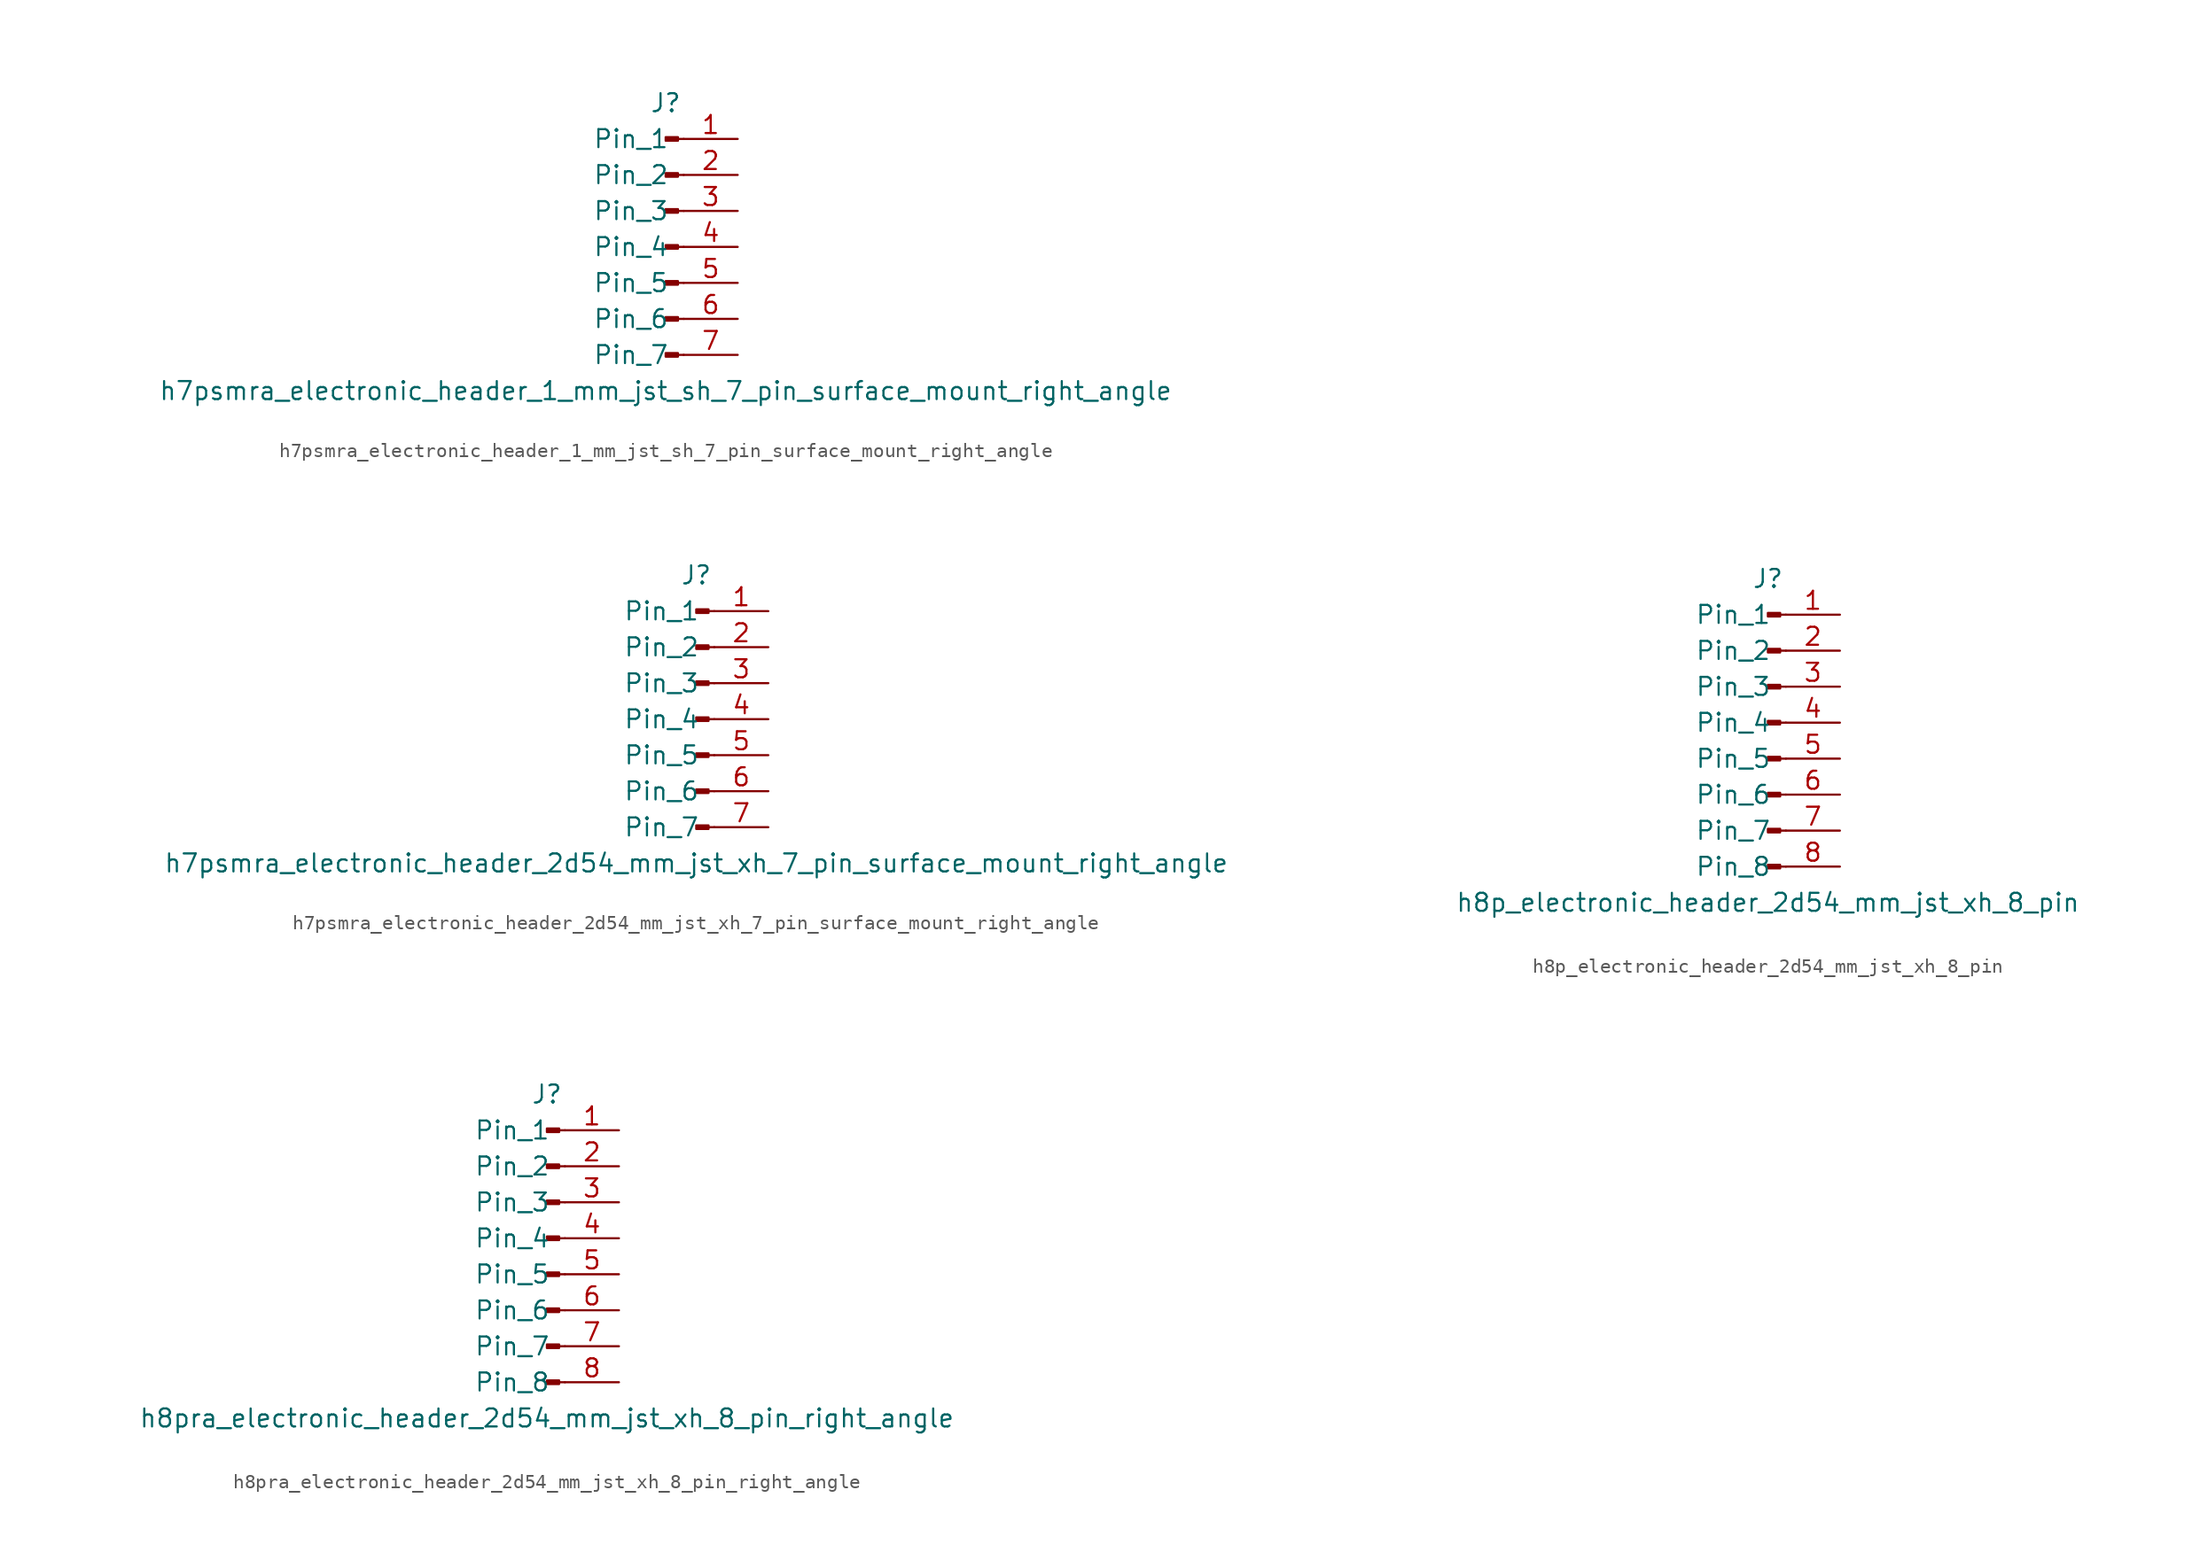
<source format=kicad_sym>
(kicad_symbol_lib
  (version 20220914)
  (generator kicad_symbol_editor)
  (symbol "h7psmra_electronic_header_1_mm_jst_sh_7_pin_surface_mount_right_angle"
    (pin_names
      (offset 1.016))
    (property "Reference" "J"
      (at 0 10.16 0)
      (effects (font (size 1.27 1.27))))
    (property "Value" "h7psmra_electronic_header_1_mm_jst_sh_7_pin_surface_mount_right_angle"
      (at 0 -10.16 0)
      (effects (font (size 1.27 1.27))))
    (property "ki_locked" ""
      (at 0 0 0)
      (effects (font (size 1.27 1.27))))
    (symbol "h7psmra_electronic_header_1_mm_jst_sh_7_pin_surface_mount_right_angle_1_1"
      (polyline (pts (xy 1.27 -7.62) (xy 0.864 -7.62)) (stroke (width 0.152) (type default)) (fill (type none)))
      (polyline (pts (xy 1.27 -5.08) (xy 0.864 -5.08)) (stroke (width 0.152) (type default)) (fill (type none)))
      (polyline (pts (xy 1.27 -2.54) (xy 0.864 -2.54)) (stroke (width 0.152) (type default)) (fill (type none)))
      (polyline (pts (xy 1.27 0) (xy 0.864 0)) (stroke (width 0.152) (type default)) (fill (type none)))
      (polyline (pts (xy 1.27 2.54) (xy 0.864 2.54)) (stroke (width 0.152) (type default)) (fill (type none)))
      (polyline (pts (xy 1.27 5.08) (xy 0.864 5.08)) (stroke (width 0.152) (type default)) (fill (type none)))
      (polyline (pts (xy 1.27 7.62) (xy 0.864 7.62)) (stroke (width 0.152) (type default)) (fill (type none)))
      (rectangle (start 0.864 -7.493) (end 0 -7.747) (stroke (width 0.152) (type default)) (fill (type outline)))
      (rectangle (start 0.864 -4.953) (end 0 -5.207) (stroke (width 0.152) (type default)) (fill (type outline)))
      (rectangle (start 0.864 -2.413) (end 0 -2.667) (stroke (width 0.152) (type default)) (fill (type outline)))
      (rectangle (start 0.864 0.127) (end 0 -0.127) (stroke (width 0.152) (type default)) (fill (type outline)))
      (rectangle (start 0.864 2.667) (end 0 2.413) (stroke (width 0.152) (type default)) (fill (type outline)))
      (rectangle (start 0.864 5.207) (end 0 4.953) (stroke (width 0.152) (type default)) (fill (type outline)))
      (rectangle (start 0.864 7.747) (end 0 7.493) (stroke (width 0.152) (type default)) (fill (type outline)))
      (pin passive line (at 5.08 7.62 180) (length 3.81) (name "Pin_1" (effects (font (size 1.27 1.27)))) (number "1" (effects (font (size 1.27 1.27)))))
      (pin passive line (at 5.08 5.08 180) (length 3.81) (name "Pin_2" (effects (font (size 1.27 1.27)))) (number "2" (effects (font (size 1.27 1.27)))))
      (pin passive line (at 5.08 2.54 180) (length 3.81) (name "Pin_3" (effects (font (size 1.27 1.27)))) (number "3" (effects (font (size 1.27 1.27)))))
      (pin passive line (at 5.08 0 180) (length 3.81) (name "Pin_4" (effects (font (size 1.27 1.27)))) (number "4" (effects (font (size 1.27 1.27)))))
      (pin passive line (at 5.08 -2.54 180) (length 3.81) (name "Pin_5" (effects (font (size 1.27 1.27)))) (number "5" (effects (font (size 1.27 1.27)))))
      (pin passive line (at 5.08 -5.08 180) (length 3.81) (name "Pin_6" (effects (font (size 1.27 1.27)))) (number "6" (effects (font (size 1.27 1.27)))))
      (pin passive line (at 5.08 -7.62 180) (length 3.81) (name "Pin_7" (effects (font (size 1.27 1.27)))) (number "7" (effects (font (size 1.27 1.27)))))))
  (symbol "h7psmra_electronic_header_2d54_mm_jst_xh_7_pin_surface_mount_right_angle"
    (pin_names
      (offset 1.016))
    (property "Reference" "J"
      (at 0 10.16 0)
      (effects (font (size 1.27 1.27))))
    (property "Value" "h7psmra_electronic_header_2d54_mm_jst_xh_7_pin_surface_mount_right_angle"
      (at 0 -10.16 0)
      (effects (font (size 1.27 1.27))))
    (property "ki_locked" ""
      (at 0 0 0)
      (effects (font (size 1.27 1.27))))
    (symbol "h7psmra_electronic_header_2d54_mm_jst_xh_7_pin_surface_mount_right_angle_1_1"
      (polyline (pts (xy 1.27 -7.62) (xy 0.864 -7.62)) (stroke (width 0.152) (type default)) (fill (type none)))
      (polyline (pts (xy 1.27 -5.08) (xy 0.864 -5.08)) (stroke (width 0.152) (type default)) (fill (type none)))
      (polyline (pts (xy 1.27 -2.54) (xy 0.864 -2.54)) (stroke (width 0.152) (type default)) (fill (type none)))
      (polyline (pts (xy 1.27 0) (xy 0.864 0)) (stroke (width 0.152) (type default)) (fill (type none)))
      (polyline (pts (xy 1.27 2.54) (xy 0.864 2.54)) (stroke (width 0.152) (type default)) (fill (type none)))
      (polyline (pts (xy 1.27 5.08) (xy 0.864 5.08)) (stroke (width 0.152) (type default)) (fill (type none)))
      (polyline (pts (xy 1.27 7.62) (xy 0.864 7.62)) (stroke (width 0.152) (type default)) (fill (type none)))
      (rectangle (start 0.864 -7.493) (end 0 -7.747) (stroke (width 0.152) (type default)) (fill (type outline)))
      (rectangle (start 0.864 -4.953) (end 0 -5.207) (stroke (width 0.152) (type default)) (fill (type outline)))
      (rectangle (start 0.864 -2.413) (end 0 -2.667) (stroke (width 0.152) (type default)) (fill (type outline)))
      (rectangle (start 0.864 0.127) (end 0 -0.127) (stroke (width 0.152) (type default)) (fill (type outline)))
      (rectangle (start 0.864 2.667) (end 0 2.413) (stroke (width 0.152) (type default)) (fill (type outline)))
      (rectangle (start 0.864 5.207) (end 0 4.953) (stroke (width 0.152) (type default)) (fill (type outline)))
      (rectangle (start 0.864 7.747) (end 0 7.493) (stroke (width 0.152) (type default)) (fill (type outline)))
      (pin passive line (at 5.08 7.62 180) (length 3.81) (name "Pin_1" (effects (font (size 1.27 1.27)))) (number "1" (effects (font (size 1.27 1.27)))))
      (pin passive line (at 5.08 5.08 180) (length 3.81) (name "Pin_2" (effects (font (size 1.27 1.27)))) (number "2" (effects (font (size 1.27 1.27)))))
      (pin passive line (at 5.08 2.54 180) (length 3.81) (name "Pin_3" (effects (font (size 1.27 1.27)))) (number "3" (effects (font (size 1.27 1.27)))))
      (pin passive line (at 5.08 0 180) (length 3.81) (name "Pin_4" (effects (font (size 1.27 1.27)))) (number "4" (effects (font (size 1.27 1.27)))))
      (pin passive line (at 5.08 -2.54 180) (length 3.81) (name "Pin_5" (effects (font (size 1.27 1.27)))) (number "5" (effects (font (size 1.27 1.27)))))
      (pin passive line (at 5.08 -5.08 180) (length 3.81) (name "Pin_6" (effects (font (size 1.27 1.27)))) (number "6" (effects (font (size 1.27 1.27)))))
      (pin passive line (at 5.08 -7.62 180) (length 3.81) (name "Pin_7" (effects (font (size 1.27 1.27)))) (number "7" (effects (font (size 1.27 1.27)))))))
  (symbol "h8p_electronic_header_2d54_mm_jst_xh_8_pin"
    (pin_names
      (offset 1.016))
    (property "Reference" "J"
      (at 0 10.16 0)
      (effects (font (size 1.27 1.27))))
    (property "Value" "h8p_electronic_header_2d54_mm_jst_xh_8_pin"
      (at 0 -12.7 0)
      (effects (font (size 1.27 1.27))))
    (property "ki_locked" ""
      (at 0 0 0)
      (effects (font (size 1.27 1.27))))
    (symbol "h8p_electronic_header_2d54_mm_jst_xh_8_pin_1_1"
      (polyline (pts (xy 1.27 -10.16) (xy 0.864 -10.16)) (stroke (width 0.152) (type default)) (fill (type none)))
      (polyline (pts (xy 1.27 -7.62) (xy 0.864 -7.62)) (stroke (width 0.152) (type default)) (fill (type none)))
      (polyline (pts (xy 1.27 -5.08) (xy 0.864 -5.08)) (stroke (width 0.152) (type default)) (fill (type none)))
      (polyline (pts (xy 1.27 -2.54) (xy 0.864 -2.54)) (stroke (width 0.152) (type default)) (fill (type none)))
      (polyline (pts (xy 1.27 0) (xy 0.864 0)) (stroke (width 0.152) (type default)) (fill (type none)))
      (polyline (pts (xy 1.27 2.54) (xy 0.864 2.54)) (stroke (width 0.152) (type default)) (fill (type none)))
      (polyline (pts (xy 1.27 5.08) (xy 0.864 5.08)) (stroke (width 0.152) (type default)) (fill (type none)))
      (polyline (pts (xy 1.27 7.62) (xy 0.864 7.62)) (stroke (width 0.152) (type default)) (fill (type none)))
      (rectangle (start 0.864 -10.033) (end 0 -10.287) (stroke (width 0.152) (type default)) (fill (type outline)))
      (rectangle (start 0.864 -7.493) (end 0 -7.747) (stroke (width 0.152) (type default)) (fill (type outline)))
      (rectangle (start 0.864 -4.953) (end 0 -5.207) (stroke (width 0.152) (type default)) (fill (type outline)))
      (rectangle (start 0.864 -2.413) (end 0 -2.667) (stroke (width 0.152) (type default)) (fill (type outline)))
      (rectangle (start 0.864 0.127) (end 0 -0.127) (stroke (width 0.152) (type default)) (fill (type outline)))
      (rectangle (start 0.864 2.667) (end 0 2.413) (stroke (width 0.152) (type default)) (fill (type outline)))
      (rectangle (start 0.864 5.207) (end 0 4.953) (stroke (width 0.152) (type default)) (fill (type outline)))
      (rectangle (start 0.864 7.747) (end 0 7.493) (stroke (width 0.152) (type default)) (fill (type outline)))
      (pin passive line (at 5.08 7.62 180) (length 3.81) (name "Pin_1" (effects (font (size 1.27 1.27)))) (number "1" (effects (font (size 1.27 1.27)))))
      (pin passive line (at 5.08 5.08 180) (length 3.81) (name "Pin_2" (effects (font (size 1.27 1.27)))) (number "2" (effects (font (size 1.27 1.27)))))
      (pin passive line (at 5.08 2.54 180) (length 3.81) (name "Pin_3" (effects (font (size 1.27 1.27)))) (number "3" (effects (font (size 1.27 1.27)))))
      (pin passive line (at 5.08 0 180) (length 3.81) (name "Pin_4" (effects (font (size 1.27 1.27)))) (number "4" (effects (font (size 1.27 1.27)))))
      (pin passive line (at 5.08 -2.54 180) (length 3.81) (name "Pin_5" (effects (font (size 1.27 1.27)))) (number "5" (effects (font (size 1.27 1.27)))))
      (pin passive line (at 5.08 -5.08 180) (length 3.81) (name "Pin_6" (effects (font (size 1.27 1.27)))) (number "6" (effects (font (size 1.27 1.27)))))
      (pin passive line (at 5.08 -7.62 180) (length 3.81) (name "Pin_7" (effects (font (size 1.27 1.27)))) (number "7" (effects (font (size 1.27 1.27)))))
      (pin passive line (at 5.08 -10.16 180) (length 3.81) (name "Pin_8" (effects (font (size 1.27 1.27)))) (number "8" (effects (font (size 1.27 1.27)))))))
  (symbol "h8pra_electronic_header_2d54_mm_jst_xh_8_pin_right_angle"
    (pin_names
      (offset 1.016))
    (property "Reference" "J"
      (at 0 10.16 0)
      (effects (font (size 1.27 1.27))))
    (property "Value" "h8pra_electronic_header_2d54_mm_jst_xh_8_pin_right_angle"
      (at 0 -12.7 0)
      (effects (font (size 1.27 1.27))))
    (property "ki_locked" ""
      (at 0 0 0)
      (effects (font (size 1.27 1.27))))
    (symbol "h8pra_electronic_header_2d54_mm_jst_xh_8_pin_right_angle_1_1"
      (polyline (pts (xy 1.27 -10.16) (xy 0.864 -10.16)) (stroke (width 0.152) (type default)) (fill (type none)))
      (polyline (pts (xy 1.27 -7.62) (xy 0.864 -7.62)) (stroke (width 0.152) (type default)) (fill (type none)))
      (polyline (pts (xy 1.27 -5.08) (xy 0.864 -5.08)) (stroke (width 0.152) (type default)) (fill (type none)))
      (polyline (pts (xy 1.27 -2.54) (xy 0.864 -2.54)) (stroke (width 0.152) (type default)) (fill (type none)))
      (polyline (pts (xy 1.27 0) (xy 0.864 0)) (stroke (width 0.152) (type default)) (fill (type none)))
      (polyline (pts (xy 1.27 2.54) (xy 0.864 2.54)) (stroke (width 0.152) (type default)) (fill (type none)))
      (polyline (pts (xy 1.27 5.08) (xy 0.864 5.08)) (stroke (width 0.152) (type default)) (fill (type none)))
      (polyline (pts (xy 1.27 7.62) (xy 0.864 7.62)) (stroke (width 0.152) (type default)) (fill (type none)))
      (rectangle (start 0.864 -10.033) (end 0 -10.287) (stroke (width 0.152) (type default)) (fill (type outline)))
      (rectangle (start 0.864 -7.493) (end 0 -7.747) (stroke (width 0.152) (type default)) (fill (type outline)))
      (rectangle (start 0.864 -4.953) (end 0 -5.207) (stroke (width 0.152) (type default)) (fill (type outline)))
      (rectangle (start 0.864 -2.413) (end 0 -2.667) (stroke (width 0.152) (type default)) (fill (type outline)))
      (rectangle (start 0.864 0.127) (end 0 -0.127) (stroke (width 0.152) (type default)) (fill (type outline)))
      (rectangle (start 0.864 2.667) (end 0 2.413) (stroke (width 0.152) (type default)) (fill (type outline)))
      (rectangle (start 0.864 5.207) (end 0 4.953) (stroke (width 0.152) (type default)) (fill (type outline)))
      (rectangle (start 0.864 7.747) (end 0 7.493) (stroke (width 0.152) (type default)) (fill (type outline)))
      (pin passive line (at 5.08 7.62 180) (length 3.81) (name "Pin_1" (effects (font (size 1.27 1.27)))) (number "1" (effects (font (size 1.27 1.27)))))
      (pin passive line (at 5.08 5.08 180) (length 3.81) (name "Pin_2" (effects (font (size 1.27 1.27)))) (number "2" (effects (font (size 1.27 1.27)))))
      (pin passive line (at 5.08 2.54 180) (length 3.81) (name "Pin_3" (effects (font (size 1.27 1.27)))) (number "3" (effects (font (size 1.27 1.27)))))
      (pin passive line (at 5.08 0 180) (length 3.81) (name "Pin_4" (effects (font (size 1.27 1.27)))) (number "4" (effects (font (size 1.27 1.27)))))
      (pin passive line (at 5.08 -2.54 180) (length 3.81) (name "Pin_5" (effects (font (size 1.27 1.27)))) (number "5" (effects (font (size 1.27 1.27)))))
      (pin passive line (at 5.08 -5.08 180) (length 3.81) (name "Pin_6" (effects (font (size 1.27 1.27)))) (number "6" (effects (font (size 1.27 1.27)))))
      (pin passive line (at 5.08 -7.62 180) (length 3.81) (name "Pin_7" (effects (font (size 1.27 1.27)))) (number "7" (effects (font (size 1.27 1.27)))))
      (pin passive line (at 5.08 -10.16 180) (length 3.81) (name "Pin_8" (effects (font (size 1.27 1.27)))) (number "8" (effects (font (size 1.27 1.27))))))))
</source>
